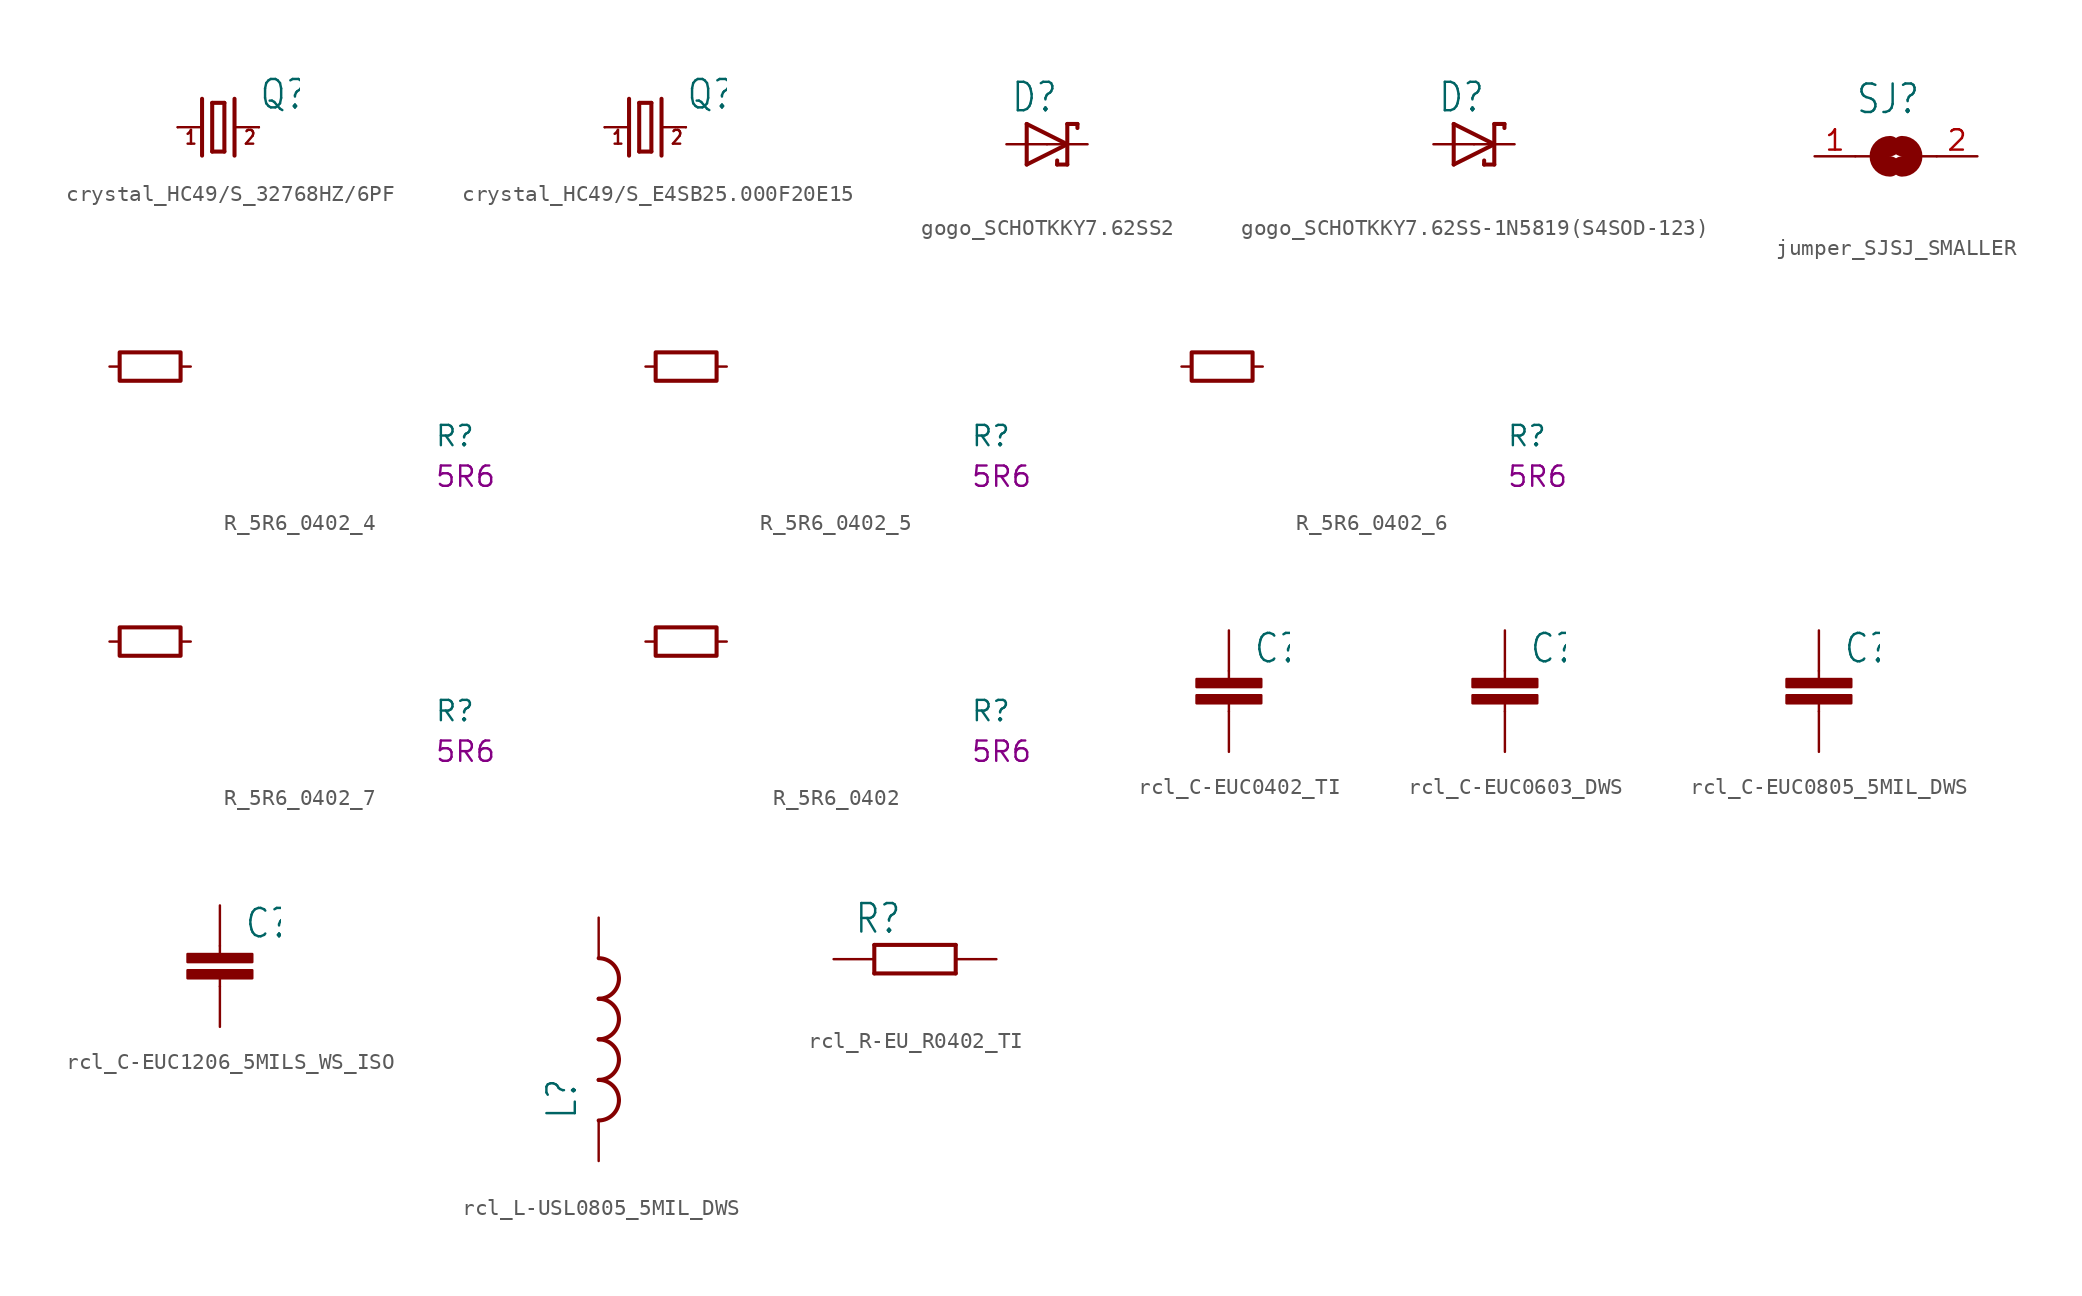
<source format=kicad_sym>
(kicad_symbol_lib
  (version 20231120)
  (generator "kicad_symbol_editor")
  (generator_version "8.0")
  (symbol "crystal_HC49/S_32768HZ/6PF"
    (property "Reference" "Q"
      (at 2.54 1.016 0)
      (effects (font (size 1.778 1.511)) (justify left bottom)))
    (property "Value" ""
      (at 2.54 -2.54 0)
      (effects (font (size 1.778 1.511)) (justify left bottom)))
    (property "ki_locked" ""
      (at 0 0 0)
      (effects (font (size 1.27 1.27))))
    (symbol "crystal_HC49/S_32768HZ/6PF_1_0"
      (polyline (pts (xy -2.54 0) (xy -1.016 0)) (stroke (width 0.152) (type solid)) (fill (type none)))
      (polyline (pts (xy -1.016 1.778) (xy -1.016 -1.778)) (stroke (width 0.254) (type solid)) (fill (type none)))
      (polyline (pts (xy -0.381 -1.524) (xy 0.381 -1.524)) (stroke (width 0.254) (type solid)) (fill (type none)))
      (polyline (pts (xy -0.381 1.524) (xy -0.381 -1.524)) (stroke (width 0.254) (type solid)) (fill (type none)))
      (polyline (pts (xy 0.381 -1.524) (xy 0.381 1.524)) (stroke (width 0.254) (type solid)) (fill (type none)))
      (polyline (pts (xy 0.381 1.524) (xy -0.381 1.524)) (stroke (width 0.254) (type solid)) (fill (type none)))
      (polyline (pts (xy 1.016 0) (xy 2.54 0)) (stroke (width 0.152) (type solid)) (fill (type none)))
      (polyline (pts (xy 1.016 1.778) (xy 1.016 -1.778)) (stroke (width 0.254) (type solid)) (fill (type none)))
      (text "1" (at -2.159 -1.143 0) (effects (font (size 0.864 0.734)) (justify left bottom)))
      (text "2" (at 1.524 -1.143 0) (effects (font (size 0.864 0.734)) (justify left bottom)))
      (pin input line (at -2.54 0 0) (length 0) (name "1" (effects (font (size 0 0)))) (number "1" (effects (font (size 0 0)))))
      (pin input line (at 2.54 0 180) (length 0) (name "2" (effects (font (size 0 0)))) (number "4" (effects (font (size 0 0)))))))
  (symbol "crystal_HC49/S_E4SB25.000F20E15"
    (property "Reference" "Q"
      (at 2.54 1.016 0)
      (effects (font (size 1.778 1.511)) (justify left bottom)))
    (property "Value" ""
      (at 2.54 -2.54 0)
      (effects (font (size 1.778 1.511)) (justify left bottom)))
    (property "ki_locked" ""
      (at 0 0 0)
      (effects (font (size 1.27 1.27))))
    (symbol "crystal_HC49/S_E4SB25.000F20E15_1_0"
      (polyline (pts (xy -2.54 0) (xy -1.016 0)) (stroke (width 0.152) (type solid)) (fill (type none)))
      (polyline (pts (xy -1.016 1.778) (xy -1.016 -1.778)) (stroke (width 0.254) (type solid)) (fill (type none)))
      (polyline (pts (xy -0.381 -1.524) (xy 0.381 -1.524)) (stroke (width 0.254) (type solid)) (fill (type none)))
      (polyline (pts (xy -0.381 1.524) (xy -0.381 -1.524)) (stroke (width 0.254) (type solid)) (fill (type none)))
      (polyline (pts (xy 0.381 -1.524) (xy 0.381 1.524)) (stroke (width 0.254) (type solid)) (fill (type none)))
      (polyline (pts (xy 0.381 1.524) (xy -0.381 1.524)) (stroke (width 0.254) (type solid)) (fill (type none)))
      (polyline (pts (xy 1.016 0) (xy 2.54 0)) (stroke (width 0.152) (type solid)) (fill (type none)))
      (polyline (pts (xy 1.016 1.778) (xy 1.016 -1.778)) (stroke (width 0.254) (type solid)) (fill (type none)))
      (text "1" (at -2.159 -1.143 0) (effects (font (size 0.864 0.734)) (justify left bottom)))
      (text "2" (at 1.524 -1.143 0) (effects (font (size 0.864 0.734)) (justify left bottom)))
      (pin input line (at -2.54 0 0) (length 0) (name "1" (effects (font (size 0 0)))) (number "1" (effects (font (size 0 0)))))
      (pin input line (at 2.54 0 180) (length 0) (name "2" (effects (font (size 0 0)))) (number "2" (effects (font (size 0 0)))))))
  (symbol "gogo_SCHOTKKY7.62SS2"
    (property "Reference" "D"
      (at -2.286 1.905 0)
      (effects (font (size 1.778 1.511)) (justify left bottom)))
    (property "Value" ""
      (at -2.286 -3.429 0)
      (effects (font (size 1.778 1.511)) (justify left bottom)))
    (property "ki_locked" ""
      (at 0 0 0)
      (effects (font (size 1.27 1.27))))
    (symbol "gogo_SCHOTKKY7.62SS2_1_0"
      (polyline (pts (xy -1.27 -1.27) (xy 1.27 0)) (stroke (width 0.254) (type solid)) (fill (type none)))
      (polyline (pts (xy -1.27 1.27) (xy -1.27 -1.27)) (stroke (width 0.254) (type solid)) (fill (type none)))
      (polyline (pts (xy 0.635 -1.016) (xy 0.635 -1.27)) (stroke (width 0.254) (type solid)) (fill (type none)))
      (polyline (pts (xy 1.27 -1.27) (xy 0.635 -1.27)) (stroke (width 0.254) (type solid)) (fill (type none)))
      (polyline (pts (xy 1.27 0) (xy -1.27 1.27)) (stroke (width 0.254) (type solid)) (fill (type none)))
      (polyline (pts (xy 1.27 0) (xy 1.27 -1.27)) (stroke (width 0.254) (type solid)) (fill (type none)))
      (polyline (pts (xy 1.27 1.27) (xy 1.27 0)) (stroke (width 0.254) (type solid)) (fill (type none)))
      (polyline (pts (xy 1.905 1.27) (xy 1.27 1.27)) (stroke (width 0.254) (type solid)) (fill (type none)))
      (polyline (pts (xy 1.905 1.27) (xy 1.905 1.016)) (stroke (width 0.254) (type solid)) (fill (type none)))
      (pin passive line (at -2.54 0 0) (length 2.54) (name "A" (effects (font (size 0 0)))) (number "A" (effects (font (size 0 0)))))
      (pin passive line (at 2.54 0 180) (length 2.54) (name "C" (effects (font (size 0 0)))) (number "K" (effects (font (size 0 0)))))))
  (symbol "gogo_SCHOTKKY7.62SS-1N5819(S4SOD-123)"
    (property "Reference" "D"
      (at -2.286 1.905 0)
      (effects (font (size 1.778 1.511)) (justify left bottom)))
    (property "Value" ""
      (at -2.286 -3.429 0)
      (effects (font (size 1.778 1.511)) (justify left bottom)))
    (property "ki_locked" ""
      (at 0 0 0)
      (effects (font (size 1.27 1.27))))
    (symbol "gogo_SCHOTKKY7.62SS-1N5819(S4SOD-123)_1_0"
      (polyline (pts (xy -1.27 -1.27) (xy 1.27 0)) (stroke (width 0.254) (type solid)) (fill (type none)))
      (polyline (pts (xy -1.27 1.27) (xy -1.27 -1.27)) (stroke (width 0.254) (type solid)) (fill (type none)))
      (polyline (pts (xy 0.635 -1.016) (xy 0.635 -1.27)) (stroke (width 0.254) (type solid)) (fill (type none)))
      (polyline (pts (xy 1.27 -1.27) (xy 0.635 -1.27)) (stroke (width 0.254) (type solid)) (fill (type none)))
      (polyline (pts (xy 1.27 0) (xy -1.27 1.27)) (stroke (width 0.254) (type solid)) (fill (type none)))
      (polyline (pts (xy 1.27 0) (xy 1.27 -1.27)) (stroke (width 0.254) (type solid)) (fill (type none)))
      (polyline (pts (xy 1.27 1.27) (xy 1.27 0)) (stroke (width 0.254) (type solid)) (fill (type none)))
      (polyline (pts (xy 1.905 1.27) (xy 1.27 1.27)) (stroke (width 0.254) (type solid)) (fill (type none)))
      (polyline (pts (xy 1.905 1.27) (xy 1.905 1.016)) (stroke (width 0.254) (type solid)) (fill (type none)))
      (pin passive line (at -2.54 0 0) (length 2.54) (name "A" (effects (font (size 0 0)))) (number "A" (effects (font (size 0 0)))))
      (pin passive line (at 2.54 0 180) (length 2.54) (name "C" (effects (font (size 0 0)))) (number "C" (effects (font (size 0 0)))))))
  (symbol "jumper_SJSJ_SMALLER"
    (property "Reference" "SJ"
      (at -2.54 2.54 0)
      (effects (font (size 1.778 1.511)) (justify left bottom)))
    (property "Value" ""
      (at -2.54 -3.81 0)
      (effects (font (size 1.778 1.511)) (justify left bottom)))
    (property "ki_locked" ""
      (at 0 0 0)
      (effects (font (size 1.27 1.27))))
    (symbol "jumper_SJSJ_SMALLER_1_0"
      (arc (start -0.3808 0.635) (mid -1.0159 0.0001) (end -0.381 -0.635) (stroke (width 1.27) (type solid)) (fill (type none)))
      (polyline (pts (xy -2.54 0) (xy -1.651 0)) (stroke (width 0.152) (type solid)) (fill (type none)))
      (polyline (pts (xy 2.54 0) (xy 1.651 0)) (stroke (width 0.152) (type solid)) (fill (type none)))
      (arc (start 0.3808 -0.635) (mid 1.0159 -0.0001) (end 0.381 0.635) (stroke (width 1.27) (type solid)) (fill (type none)))
      (pin passive line (at -5.08 0 0) (length 2.54) (name "1" (effects (font (size 0 0)))) (number "1" (effects (font (size 1.27 1.27)))))
      (pin passive line (at 5.08 0 180) (length 2.54) (name "2" (effects (font (size 0 0)))) (number "2" (effects (font (size 1.27 1.27)))))))
  (symbol "R_5R6_0402_4"
    (pin_numbers hide)
    (pin_names hide)
    (property "Reference" "R"
      (at 20.32 -5.08 0)
      (effects (font (size 1.27 1.27) (thickness 0.15)) (justify left bottom)))
    (property "Val" "5R6"
      (at 20.32 -7.62 0)
      (effects (font (size 1.27 1.27) (thickness 0.15)) (justify left bottom)))
    (symbol "R_5R6_0402_4_0_1"
      (rectangle (start 0.635 0.889) (end 4.445 -0.889) (stroke (width 0.254) (type default)) (fill (type none))))
    (symbol "R_5R6_0402_4_1_1"
      (pin passive line (at 0 0 0) (length 0.635) (name "~" (effects (font (size 1.27 1.27)))) (number "1" (effects (font (size 1.27 1.27)))))
      (pin passive line (at 5.08 0 180) (length 0.635) (name "~" (effects (font (size 1.27 1.27)))) (number "2" (effects (font (size 1.27 1.27)))))))
  (symbol "R_5R6_0402_5"
    (pin_numbers hide)
    (pin_names hide)
    (property "Reference" "R"
      (at 20.32 -5.08 0)
      (effects (font (size 1.27 1.27) (thickness 0.15)) (justify left bottom)))
    (property "Val" "5R6"
      (at 20.32 -7.62 0)
      (effects (font (size 1.27 1.27) (thickness 0.15)) (justify left bottom)))
    (symbol "R_5R6_0402_5_0_1"
      (rectangle (start 0.635 0.889) (end 4.445 -0.889) (stroke (width 0.254) (type default)) (fill (type none))))
    (symbol "R_5R6_0402_5_1_1"
      (pin passive line (at 0 0 0) (length 0.635) (name "~" (effects (font (size 1.27 1.27)))) (number "1" (effects (font (size 1.27 1.27)))))
      (pin passive line (at 5.08 0 180) (length 0.635) (name "~" (effects (font (size 1.27 1.27)))) (number "2" (effects (font (size 1.27 1.27)))))))
  (symbol "R_5R6_0402_6"
    (pin_numbers hide)
    (pin_names hide)
    (property "Reference" "R"
      (at 20.32 -5.08 0)
      (effects (font (size 1.27 1.27) (thickness 0.15)) (justify left bottom)))
    (property "Val" "5R6"
      (at 20.32 -7.62 0)
      (effects (font (size 1.27 1.27) (thickness 0.15)) (justify left bottom)))
    (symbol "R_5R6_0402_6_0_1"
      (rectangle (start 0.635 0.889) (end 4.445 -0.889) (stroke (width 0.254) (type default)) (fill (type none))))
    (symbol "R_5R6_0402_6_1_1"
      (pin passive line (at 0 0 0) (length 0.635) (name "~" (effects (font (size 1.27 1.27)))) (number "1" (effects (font (size 1.27 1.27)))))
      (pin passive line (at 5.08 0 180) (length 0.635) (name "~" (effects (font (size 1.27 1.27)))) (number "2" (effects (font (size 1.27 1.27)))))))
  (symbol "R_5R6_0402_7"
    (pin_numbers hide)
    (pin_names hide)
    (property "Reference" "R"
      (at 20.32 -5.08 0)
      (effects (font (size 1.27 1.27) (thickness 0.15)) (justify left bottom)))
    (property "Val" "5R6"
      (at 20.32 -7.62 0)
      (effects (font (size 1.27 1.27) (thickness 0.15)) (justify left bottom)))
    (symbol "R_5R6_0402_7_0_1"
      (rectangle (start 0.635 0.889) (end 4.445 -0.889) (stroke (width 0.254) (type default)) (fill (type none))))
    (symbol "R_5R6_0402_7_1_1"
      (pin passive line (at 0 0 0) (length 0.635) (name "~" (effects (font (size 1.27 1.27)))) (number "1" (effects (font (size 1.27 1.27)))))
      (pin passive line (at 5.08 0 180) (length 0.635) (name "~" (effects (font (size 1.27 1.27)))) (number "2" (effects (font (size 1.27 1.27)))))))
  (symbol "R_5R6_0402"
    (pin_numbers hide)
    (pin_names hide)
    (property "Reference" "R"
      (at 20.32 -5.08 0)
      (effects (font (size 1.27 1.27) (thickness 0.15)) (justify left bottom)))
    (property "Val" "5R6"
      (at 20.32 -7.62 0)
      (effects (font (size 1.27 1.27) (thickness 0.15)) (justify left bottom)))
    (symbol "R_5R6_0402_0_1"
      (rectangle (start 0.635 0.889) (end 4.445 -0.889) (stroke (width 0.254) (type default)) (fill (type none))))
    (symbol "R_5R6_0402_1_1"
      (pin passive line (at 0 0 0) (length 0.635) (name "~" (effects (font (size 1.27 1.27)))) (number "1" (effects (font (size 1.27 1.27)))))
      (pin passive line (at 5.08 0 180) (length 0.635) (name "~" (effects (font (size 1.27 1.27)))) (number "2" (effects (font (size 1.27 1.27)))))))
  (symbol "rcl_C-EUC0402_TI"
    (property "Reference" "C"
      (at 1.524 0.381 0)
      (effects (font (size 1.778 1.511)) (justify left bottom)))
    (property "Value" ""
      (at 1.524 -4.699 0)
      (effects (font (size 1.778 1.511)) (justify left bottom)))
    (property "ki_locked" ""
      (at 0 0 0)
      (effects (font (size 1.27 1.27))))
    (symbol "rcl_C-EUC0402_TI_1_0"
      (rectangle (start -2.032 -2.032) (end 2.032 -1.524) (stroke (width 0) (type default)) (fill (type outline)))
      (rectangle (start -2.032 -1.016) (end 2.032 -0.508) (stroke (width 0) (type default)) (fill (type outline)))
      (polyline (pts (xy 0 -2.54) (xy 0 -2.032)) (stroke (width 0.152) (type solid)) (fill (type none)))
      (polyline (pts (xy 0 0) (xy 0 -0.508)) (stroke (width 0.152) (type solid)) (fill (type none)))
      (pin passive line (at 0 2.54 270) (length 2.54) (name "1" (effects (font (size 0 0)))) (number "1" (effects (font (size 0 0)))))
      (pin passive line (at 0 -5.08 90) (length 2.54) (name "2" (effects (font (size 0 0)))) (number "2" (effects (font (size 0 0)))))))
  (symbol "rcl_C-EUC0603_DWS"
    (property "Reference" "C"
      (at 1.524 0.381 0)
      (effects (font (size 1.778 1.511)) (justify left bottom)))
    (property "Value" ""
      (at 1.524 -4.699 0)
      (effects (font (size 1.778 1.511)) (justify left bottom)))
    (property "ki_locked" ""
      (at 0 0 0)
      (effects (font (size 1.27 1.27))))
    (symbol "rcl_C-EUC0603_DWS_1_0"
      (rectangle (start -2.032 -2.032) (end 2.032 -1.524) (stroke (width 0) (type default)) (fill (type outline)))
      (rectangle (start -2.032 -1.016) (end 2.032 -0.508) (stroke (width 0) (type default)) (fill (type outline)))
      (polyline (pts (xy 0 -2.54) (xy 0 -2.032)) (stroke (width 0.152) (type solid)) (fill (type none)))
      (polyline (pts (xy 0 0) (xy 0 -0.508)) (stroke (width 0.152) (type solid)) (fill (type none)))
      (pin passive line (at 0 2.54 270) (length 2.54) (name "1" (effects (font (size 0 0)))) (number "1" (effects (font (size 0 0)))))
      (pin passive line (at 0 -5.08 90) (length 2.54) (name "2" (effects (font (size 0 0)))) (number "2" (effects (font (size 0 0)))))))
  (symbol "rcl_C-EUC0805_5MIL_DWS"
    (property "Reference" "C"
      (at 1.524 0.381 0)
      (effects (font (size 1.778 1.511)) (justify left bottom)))
    (property "Value" ""
      (at 1.524 -4.699 0)
      (effects (font (size 1.778 1.511)) (justify left bottom)))
    (property "ki_locked" ""
      (at 0 0 0)
      (effects (font (size 1.27 1.27))))
    (symbol "rcl_C-EUC0805_5MIL_DWS_1_0"
      (rectangle (start -2.032 -2.032) (end 2.032 -1.524) (stroke (width 0) (type default)) (fill (type outline)))
      (rectangle (start -2.032 -1.016) (end 2.032 -0.508) (stroke (width 0) (type default)) (fill (type outline)))
      (polyline (pts (xy 0 -2.54) (xy 0 -2.032)) (stroke (width 0.152) (type solid)) (fill (type none)))
      (polyline (pts (xy 0 0) (xy 0 -0.508)) (stroke (width 0.152) (type solid)) (fill (type none)))
      (pin passive line (at 0 2.54 270) (length 2.54) (name "1" (effects (font (size 0 0)))) (number "1" (effects (font (size 0 0)))))
      (pin passive line (at 0 -5.08 90) (length 2.54) (name "2" (effects (font (size 0 0)))) (number "2" (effects (font (size 0 0)))))))
  (symbol "rcl_C-EUC1206_5MILS_WS_ISO"
    (property "Reference" "C"
      (at 1.524 0.381 0)
      (effects (font (size 1.778 1.511)) (justify left bottom)))
    (property "Value" ""
      (at 1.524 -4.699 0)
      (effects (font (size 1.778 1.511)) (justify left bottom)))
    (property "ki_locked" ""
      (at 0 0 0)
      (effects (font (size 1.27 1.27))))
    (symbol "rcl_C-EUC1206_5MILS_WS_ISO_1_0"
      (rectangle (start -2.032 -2.032) (end 2.032 -1.524) (stroke (width 0) (type default)) (fill (type outline)))
      (rectangle (start -2.032 -1.016) (end 2.032 -0.508) (stroke (width 0) (type default)) (fill (type outline)))
      (polyline (pts (xy 0 -2.54) (xy 0 -2.032)) (stroke (width 0.152) (type solid)) (fill (type none)))
      (polyline (pts (xy 0 0) (xy 0 -0.508)) (stroke (width 0.152) (type solid)) (fill (type none)))
      (pin passive line (at 0 2.54 270) (length 2.54) (name "1" (effects (font (size 0 0)))) (number "1" (effects (font (size 0 0)))))
      (pin passive line (at 0 -5.08 90) (length 2.54) (name "2" (effects (font (size 0 0)))) (number "2" (effects (font (size 0 0)))))))
  (symbol "rcl_L-USL0805_5MIL_DWS"
    (property "Reference" "L"
      (at -1.27 -5.08 90)
      (effects (font (size 1.778 1.511)) (justify left bottom)))
    (property "Value" ""
      (at 3.81 -5.08 90)
      (effects (font (size 1.778 1.511)) (justify left bottom)))
    (property "ki_locked" ""
      (at 0 0 0)
      (effects (font (size 1.27 1.27))))
    (symbol "rcl_L-USL0805_5MIL_DWS_1_0"
      (arc (start 0 -5.08) (mid 0.898 -4.708) (end 1.27 -3.81) (stroke (width 0.254) (type solid)) (fill (type none)))
      (arc (start 0 -2.54) (mid 0.898 -2.168) (end 1.27 -1.27) (stroke (width 0.254) (type solid)) (fill (type none)))
      (arc (start 0 0) (mid 0.898 0.372) (end 1.27 1.27) (stroke (width 0.254) (type solid)) (fill (type none)))
      (arc (start 0 2.54) (mid 0.898 2.912) (end 1.27 3.81) (stroke (width 0.254) (type solid)) (fill (type none)))
      (arc (start 1.27 -3.81) (mid 0.898 -2.912) (end 0 -2.54) (stroke (width 0.254) (type solid)) (fill (type none)))
      (arc (start 1.27 -1.27) (mid 0.898 -0.372) (end 0 0) (stroke (width 0.254) (type solid)) (fill (type none)))
      (arc (start 1.27 1.27) (mid 0.898 2.168) (end 0 2.54) (stroke (width 0.254) (type solid)) (fill (type none)))
      (arc (start 1.27 3.81) (mid 0.898 4.708) (end 0 5.08) (stroke (width 0.254) (type solid)) (fill (type none)))
      (pin passive line (at 0 7.62 270) (length 2.54) (name "1" (effects (font (size 0 0)))) (number "1" (effects (font (size 0 0)))))
      (pin passive line (at 0 -7.62 90) (length 2.54) (name "2" (effects (font (size 0 0)))) (number "2" (effects (font (size 0 0)))))))
  (symbol "rcl_R-EU_R0402_TI"
    (property "Reference" "R"
      (at -3.81 1.499 0)
      (effects (font (size 1.778 1.511)) (justify left bottom)))
    (property "Value" ""
      (at -3.81 -3.302 0)
      (effects (font (size 1.778 1.511)) (justify left bottom)))
    (property "ki_locked" ""
      (at 0 0 0)
      (effects (font (size 1.27 1.27))))
    (symbol "rcl_R-EU_R0402_TI_1_0"
      (polyline (pts (xy -2.54 -0.889) (xy -2.54 0.889)) (stroke (width 0.254) (type solid)) (fill (type none)))
      (polyline (pts (xy -2.54 -0.889) (xy 2.54 -0.889)) (stroke (width 0.254) (type solid)) (fill (type none)))
      (polyline (pts (xy 2.54 -0.889) (xy 2.54 0.889)) (stroke (width 0.254) (type solid)) (fill (type none)))
      (polyline (pts (xy 2.54 0.889) (xy -2.54 0.889)) (stroke (width 0.254) (type solid)) (fill (type none)))
      (pin passive line (at -5.08 0 0) (length 2.54) (name "1" (effects (font (size 0 0)))) (number "1" (effects (font (size 0 0)))))
      (pin passive line (at 5.08 0 180) (length 2.54) (name "2" (effects (font (size 0 0)))) (number "2" (effects (font (size 0 0))))))))
</source>
